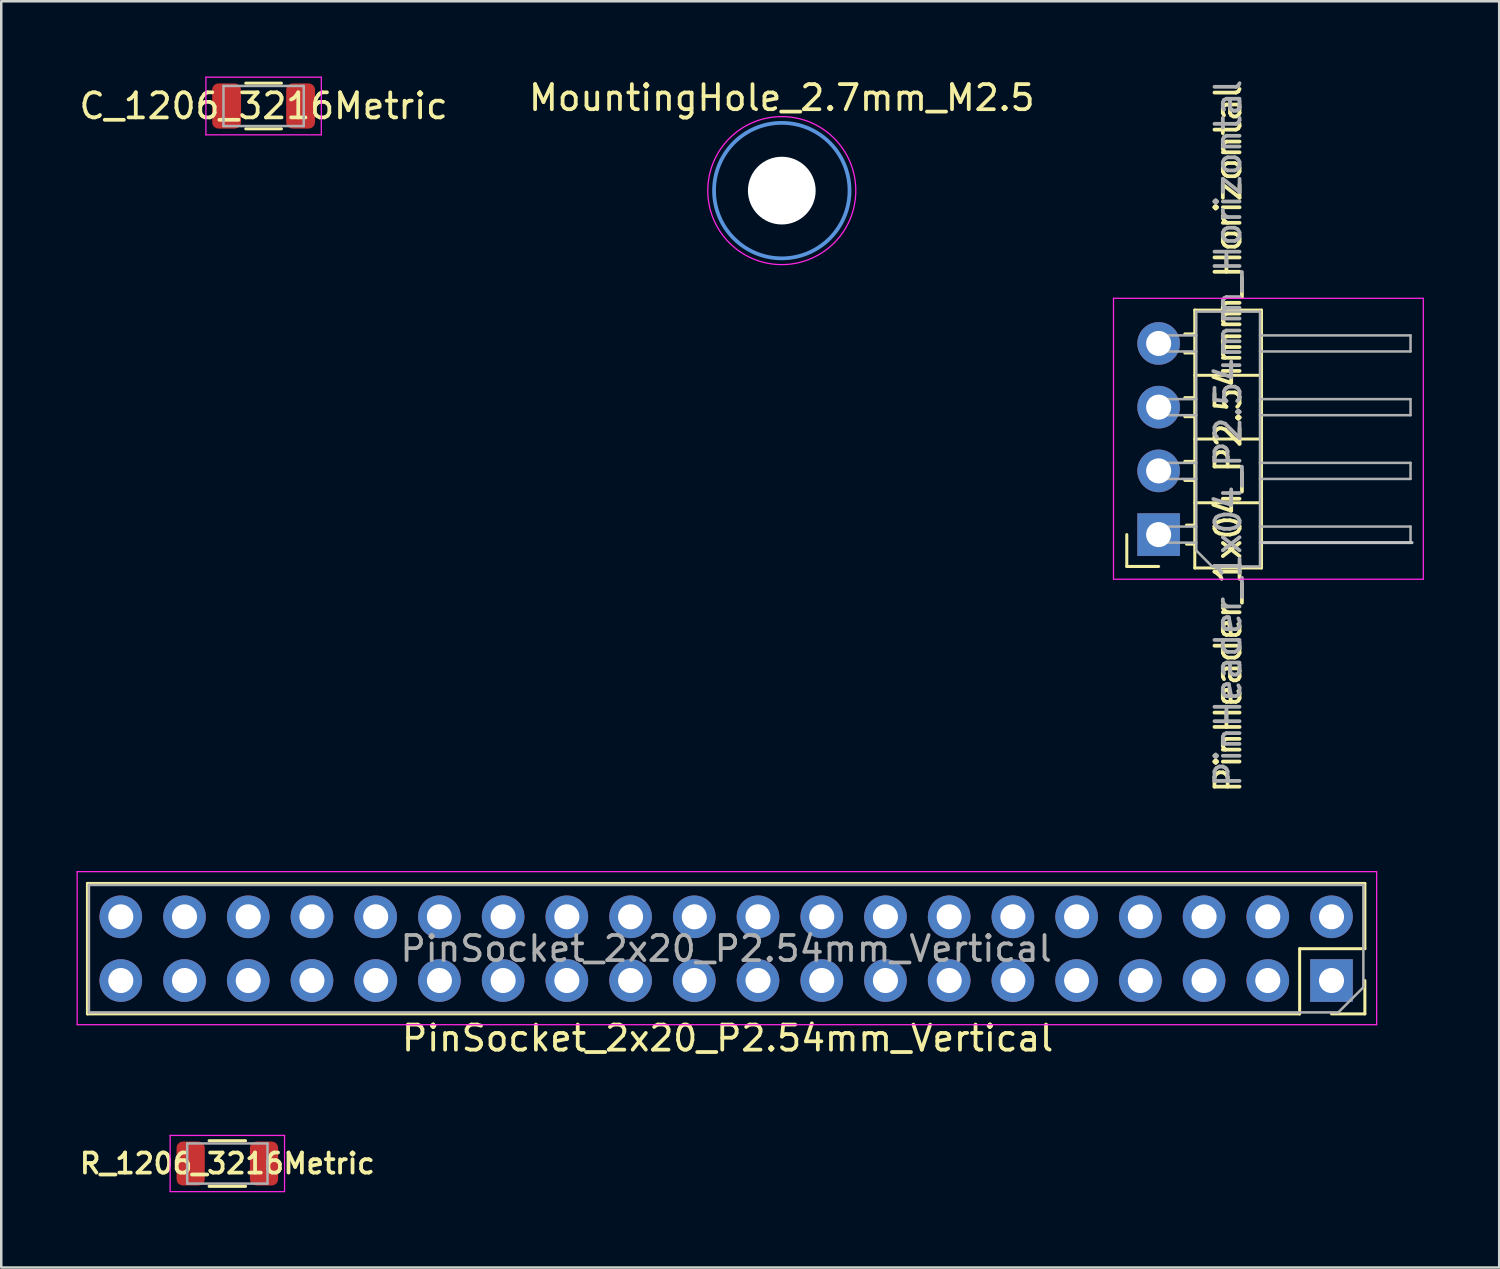
<source format=kicad_pcb>
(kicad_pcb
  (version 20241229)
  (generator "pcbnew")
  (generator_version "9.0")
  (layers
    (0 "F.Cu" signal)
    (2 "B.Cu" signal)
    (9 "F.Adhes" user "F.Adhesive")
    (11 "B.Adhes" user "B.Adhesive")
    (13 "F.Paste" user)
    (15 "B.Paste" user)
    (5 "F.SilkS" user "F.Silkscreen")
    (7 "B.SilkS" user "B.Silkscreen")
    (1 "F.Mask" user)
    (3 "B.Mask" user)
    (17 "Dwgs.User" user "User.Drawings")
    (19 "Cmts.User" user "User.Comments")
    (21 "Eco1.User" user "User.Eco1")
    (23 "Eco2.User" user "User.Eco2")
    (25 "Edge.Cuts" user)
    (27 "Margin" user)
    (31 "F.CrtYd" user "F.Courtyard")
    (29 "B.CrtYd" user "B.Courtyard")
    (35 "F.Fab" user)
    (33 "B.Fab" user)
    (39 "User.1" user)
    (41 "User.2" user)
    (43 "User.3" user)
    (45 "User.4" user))
  (footprint "R_1206_3216Metric"
    (layer "F.Cu")
    (at 6.012 43.329)
    (property "Reference" "R_1206_3216Metric" (at 0 0 0) (layer "F.SilkS") (effects (font (size 0.8 0.8) (thickness 0.15))))
    (attr smd)
    (fp_line (start -0.727 -0.91) (end 0.727 -0.91) (stroke (width 0.12) (type solid)) (layer "F.SilkS"))
    (fp_line (start -0.727 0.91) (end 0.727 0.91) (stroke (width 0.12) (type solid)) (layer "F.SilkS"))
    (fp_line (start -2.28 -1.12) (end 2.28 -1.12) (stroke (width 0.05) (type solid)) (layer "F.CrtYd"))
    (fp_line (start -2.28 1.12) (end -2.28 -1.12) (stroke (width 0.05) (type solid)) (layer "F.CrtYd"))
    (fp_line (start 2.28 -1.12) (end 2.28 1.12) (stroke (width 0.05) (type solid)) (layer "F.CrtYd"))
    (fp_line (start 2.28 1.12) (end -2.28 1.12) (stroke (width 0.05) (type solid)) (layer "F.CrtYd"))
    (fp_line (start -1.6 -0.8) (end 1.6 -0.8) (stroke (width 0.1) (type solid)) (layer "F.Fab"))
    (fp_line (start -1.6 0.8) (end -1.6 -0.8) (stroke (width 0.1) (type solid)) (layer "F.Fab"))
    (fp_line (start 1.6 -0.8) (end 1.6 0.8) (stroke (width 0.1) (type solid)) (layer "F.Fab"))
    (fp_line (start 1.6 0.8) (end -1.6 0.8) (stroke (width 0.1) (type solid)) (layer "F.Fab"))
    (pad "1" smd roundrect (at -1.462 0) (size 1.125 1.75) (layers "F.Cu" "F.Mask" "F.Paste") (roundrect_rratio 0.222))
    (pad "2" smd roundrect (at 1.462 0) (size 1.125 1.75) (layers "F.Cu" "F.Mask" "F.Paste") (roundrect_rratio 0.222)))
  (footprint "C_1206_3216Metric"
    (layer "F.Cu")
    (at 7.458 1.175)
    (property "Reference" "C_1206_3216Metric" (at 0 0 180) (layer "F.SilkS") (effects (font (size 1 1) (thickness 0.15))))
    (attr smd)
    (fp_line (start -0.711 -0.91) (end 0.711 -0.91) (stroke (width 0.12) (type solid)) (layer "F.SilkS"))
    (fp_line (start -0.711 0.91) (end 0.711 0.91) (stroke (width 0.12) (type solid)) (layer "F.SilkS"))
    (fp_line (start -2.3 -1.15) (end 2.3 -1.15) (stroke (width 0.05) (type solid)) (layer "F.CrtYd"))
    (fp_line (start -2.3 1.15) (end -2.3 -1.15) (stroke (width 0.05) (type solid)) (layer "F.CrtYd"))
    (fp_line (start 2.3 -1.15) (end 2.3 1.15) (stroke (width 0.05) (type solid)) (layer "F.CrtYd"))
    (fp_line (start 2.3 1.15) (end -2.3 1.15) (stroke (width 0.05) (type solid)) (layer "F.CrtYd"))
    (fp_line (start -1.6 -0.8) (end 1.6 -0.8) (stroke (width 0.1) (type solid)) (layer "F.Fab"))
    (fp_line (start -1.6 0.8) (end -1.6 -0.8) (stroke (width 0.1) (type solid)) (layer "F.Fab"))
    (fp_line (start 1.6 -0.8) (end 1.6 0.8) (stroke (width 0.1) (type solid)) (layer "F.Fab"))
    (fp_line (start 1.6 0.8) (end -1.6 0.8) (stroke (width 0.1) (type solid)) (layer "F.Fab"))
    (pad "1" smd roundrect (at -1.475 0) (size 1.15 1.8) (layers "F.Cu" "F.Mask" "F.Paste") (roundrect_rratio 0.217))
    (pad "2" smd roundrect (at 1.475 0) (size 1.15 1.8) (layers "F.Cu" "F.Mask" "F.Paste") (roundrect_rratio 0.217)))
  (footprint "PinSocket_2x20_P2.54mm_Vertical"
    (layer "F.Cu")
    (at 25.955 34.725)
    (property "Reference" "PinSocket_2x20_P2.54mm_Vertical" (at 0 3.61 0) (layer "F.SilkS") (effects (font (size 1 1) (thickness 0.15))))
    (attr through_hole)
    (fp_line (start -25.52 -2.56) (end -25.52 2.64) (stroke (width 0.12) (type solid)) (layer "F.SilkS"))
    (fp_line (start 22.8 0.04) (end 22.8 2.64) (stroke (width 0.12) (type solid)) (layer "F.SilkS"))
    (fp_line (start 22.8 2.64) (end -25.52 2.64) (stroke (width 0.12) (type solid)) (layer "F.SilkS"))
    (fp_line (start 25.4 -2.56) (end -25.52 -2.56) (stroke (width 0.12) (type solid)) (layer "F.SilkS"))
    (fp_line (start 25.4 -2.56) (end 25.4 0.04) (stroke (width 0.12) (type solid)) (layer "F.SilkS"))
    (fp_line (start 25.4 0.04) (end 22.8 0.04) (stroke (width 0.12) (type solid)) (layer "F.SilkS"))
    (fp_line (start 25.4 1.31) (end 25.4 2.64) (stroke (width 0.12) (type solid)) (layer "F.SilkS"))
    (fp_line (start 25.4 2.64) (end 24.07 2.64) (stroke (width 0.12) (type solid)) (layer "F.SilkS"))
    (fp_line (start -25.93 -3.03) (end 25.87 -3.03) (stroke (width 0.05) (type solid)) (layer "F.CrtYd"))
    (fp_line (start -25.93 3.07) (end -25.93 -3.03) (stroke (width 0.05) (type solid)) (layer "F.CrtYd"))
    (fp_line (start 25.87 -3.03) (end 25.87 3.07) (stroke (width 0.05) (type solid)) (layer "F.CrtYd"))
    (fp_line (start 25.87 3.07) (end -25.93 3.07) (stroke (width 0.05) (type solid)) (layer "F.CrtYd"))
    (fp_line (start -25.46 -2.5) (end 25.34 -2.5) (stroke (width 0.1) (type solid)) (layer "F.Fab"))
    (fp_line (start -25.46 2.58) (end -25.46 -2.5) (stroke (width 0.1) (type solid)) (layer "F.Fab"))
    (fp_line (start 24.34 2.58) (end -25.46 2.58) (stroke (width 0.1) (type solid)) (layer "F.Fab"))
    (fp_line (start 25.34 -2.5) (end 25.34 1.58) (stroke (width 0.1) (type solid)) (layer "F.Fab"))
    (fp_line (start 25.34 1.58) (end 24.34 2.58) (stroke (width 0.1) (type solid)) (layer "F.Fab"))
    (fp_text user "${REFERENCE}" (at -0.06 0.04 0) (layer "F.Fab") (effects (font (size 1 1) (thickness 0.15))))
    (pad "1" thru_hole rect (at 24.07 1.31 90) (size 1.7 1.7) (drill 1) (layers "*.Cu" "*.Mask"))
    (pad "2" thru_hole oval (at 24.07 -1.23 90) (size 1.7 1.7) (drill 1) (layers "*.Cu" "*.Mask"))
    (pad "3" thru_hole oval (at 21.53 1.31 90) (size 1.7 1.7) (drill 1) (layers "*.Cu" "*.Mask"))
    (pad "4" thru_hole oval (at 21.53 -1.23 90) (size 1.7 1.7) (drill 1) (layers "*.Cu" "*.Mask"))
    (pad "5" thru_hole oval (at 18.99 1.31 90) (size 1.7 1.7) (drill 1) (layers "*.Cu" "*.Mask"))
    (pad "6" thru_hole oval (at 18.99 -1.23 90) (size 1.7 1.7) (drill 1) (layers "*.Cu" "*.Mask"))
    (pad "7" thru_hole oval (at 16.45 1.31 90) (size 1.7 1.7) (drill 1) (layers "*.Cu" "*.Mask"))
    (pad "8" thru_hole oval (at 16.45 -1.23 90) (size 1.7 1.7) (drill 1) (layers "*.Cu" "*.Mask"))
    (pad "9" thru_hole oval (at 13.91 1.31 90) (size 1.7 1.7) (drill 1) (layers "*.Cu" "*.Mask"))
    (pad "10" thru_hole oval (at 13.91 -1.23 90) (size 1.7 1.7) (drill 1) (layers "*.Cu" "*.Mask"))
    (pad "11" thru_hole oval (at 11.37 1.31 90) (size 1.7 1.7) (drill 1) (layers "*.Cu" "*.Mask"))
    (pad "12" thru_hole oval (at 11.37 -1.23 90) (size 1.7 1.7) (drill 1) (layers "*.Cu" "*.Mask"))
    (pad "13" thru_hole oval (at 8.83 1.31 90) (size 1.7 1.7) (drill 1) (layers "*.Cu" "*.Mask"))
    (pad "14" thru_hole oval (at 8.83 -1.23 90) (size 1.7 1.7) (drill 1) (layers "*.Cu" "*.Mask"))
    (pad "15" thru_hole oval (at 6.29 1.31 90) (size 1.7 1.7) (drill 1) (layers "*.Cu" "*.Mask"))
    (pad "16" thru_hole oval (at 6.29 -1.23 90) (size 1.7 1.7) (drill 1) (layers "*.Cu" "*.Mask"))
    (pad "17" thru_hole oval (at 3.75 1.31 90) (size 1.7 1.7) (drill 1) (layers "*.Cu" "*.Mask"))
    (pad "18" thru_hole oval (at 3.75 -1.23 90) (size 1.7 1.7) (drill 1) (layers "*.Cu" "*.Mask"))
    (pad "19" thru_hole oval (at 1.21 1.31 90) (size 1.7 1.7) (drill 1) (layers "*.Cu" "*.Mask"))
    (pad "20" thru_hole oval (at 1.21 -1.23 90) (size 1.7 1.7) (drill 1) (layers "*.Cu" "*.Mask"))
    (pad "21" thru_hole oval (at -1.33 1.31 90) (size 1.7 1.7) (drill 1) (layers "*.Cu" "*.Mask"))
    (pad "22" thru_hole oval (at -1.33 -1.23 90) (size 1.7 1.7) (drill 1) (layers "*.Cu" "*.Mask"))
    (pad "23" thru_hole oval (at -3.87 1.31 90) (size 1.7 1.7) (drill 1) (layers "*.Cu" "*.Mask"))
    (pad "24" thru_hole oval (at -3.87 -1.23 90) (size 1.7 1.7) (drill 1) (layers "*.Cu" "*.Mask"))
    (pad "25" thru_hole oval (at -6.41 1.31 90) (size 1.7 1.7) (drill 1) (layers "*.Cu" "*.Mask"))
    (pad "26" thru_hole oval (at -6.41 -1.23 90) (size 1.7 1.7) (drill 1) (layers "*.Cu" "*.Mask"))
    (pad "27" thru_hole oval (at -8.95 1.31 90) (size 1.7 1.7) (drill 1) (layers "*.Cu" "*.Mask"))
    (pad "28" thru_hole oval (at -8.95 -1.23 90) (size 1.7 1.7) (drill 1) (layers "*.Cu" "*.Mask"))
    (pad "29" thru_hole oval (at -11.49 1.31 90) (size 1.7 1.7) (drill 1) (layers "*.Cu" "*.Mask"))
    (pad "30" thru_hole oval (at -11.49 -1.23 90) (size 1.7 1.7) (drill 1) (layers "*.Cu" "*.Mask"))
    (pad "31" thru_hole oval (at -14.03 1.31 90) (size 1.7 1.7) (drill 1) (layers "*.Cu" "*.Mask"))
    (pad "32" thru_hole oval (at -14.03 -1.23 90) (size 1.7 1.7) (drill 1) (layers "*.Cu" "*.Mask"))
    (pad "33" thru_hole oval (at -16.57 1.31 90) (size 1.7 1.7) (drill 1) (layers "*.Cu" "*.Mask"))
    (pad "34" thru_hole oval (at -16.57 -1.23 90) (size 1.7 1.7) (drill 1) (layers "*.Cu" "*.Mask"))
    (pad "35" thru_hole oval (at -19.11 1.31 90) (size 1.7 1.7) (drill 1) (layers "*.Cu" "*.Mask"))
    (pad "36" thru_hole oval (at -19.11 -1.23 90) (size 1.7 1.7) (drill 1) (layers "*.Cu" "*.Mask"))
    (pad "37" thru_hole oval (at -21.65 1.31 90) (size 1.7 1.7) (drill 1) (layers "*.Cu" "*.Mask"))
    (pad "38" thru_hole oval (at -21.65 -1.23 90) (size 1.7 1.7) (drill 1) (layers "*.Cu" "*.Mask"))
    (pad "39" thru_hole oval (at -24.19 1.31 90) (size 1.7 1.7) (drill 1) (layers "*.Cu" "*.Mask"))
    (pad "40" thru_hole oval (at -24.19 -1.23 90) (size 1.7 1.7) (drill 1) (layers "*.Cu" "*.Mask")))
  (footprint "MountingHole_2.7mm_M2.5"
    (layer "F.Cu")
    (at 28.113 4.548)
    (property "Reference" "MountingHole_2.7mm_M2.5" (at 0 -3.7 0) (layer "F.SilkS") (effects (font (size 1 1) (thickness 0.15))))
    (attr exclude_from_pos_files)
    (fp_circle (center 0 0) (end 2.7 0) (stroke (width 0.15) (type solid)) (fill no) (layer "Cmts.User"))
    (fp_circle (center 0 0) (end 2.95 0) (stroke (width 0.05) (type solid)) (fill no) (layer "F.CrtYd"))
    (pad "" np_thru_hole circle (at 0 0) (size 2.7 2.7) (drill 2.7) (layers "*.Cu" "*.Mask")))
  (footprint "PinHeader_1x04_P2.54mm_Horizontal"
    (layer "F.Cu")
    (at 43.135 10.64)
    (property "Reference" "PinHeader_1x04_P2.54mm_Horizontal" (at 2.77 3.81 90) (layer "F.SilkS") (effects (font (size 1 1) (thickness 0.15))))
    (attr through_hole)
    (fp_line (start -1.27 7.62) (end -1.27 8.89) (stroke (width 0.12) (type solid)) (layer "F.SilkS"))
    (fp_line (start -1.27 8.89) (end 0 8.89) (stroke (width 0.12) (type solid)) (layer "F.SilkS"))
    (fp_line (start 1.043 -0.38) (end 1.44 -0.38) (stroke (width 0.12) (type solid)) (layer "F.SilkS"))
    (fp_line (start 1.043 0.38) (end 1.44 0.38) (stroke (width 0.12) (type solid)) (layer "F.SilkS"))
    (fp_line (start 1.043 2.16) (end 1.44 2.16) (stroke (width 0.12) (type solid)) (layer "F.SilkS"))
    (fp_line (start 1.043 2.92) (end 1.44 2.92) (stroke (width 0.12) (type solid)) (layer "F.SilkS"))
    (fp_line (start 1.043 4.7) (end 1.44 4.7) (stroke (width 0.12) (type solid)) (layer "F.SilkS"))
    (fp_line (start 1.043 5.46) (end 1.44 5.46) (stroke (width 0.12) (type solid)) (layer "F.SilkS"))
    (fp_line (start 1.11 7.24) (end 1.44 7.24) (stroke (width 0.12) (type solid)) (layer "F.SilkS"))
    (fp_line (start 1.11 8) (end 1.44 8) (stroke (width 0.12) (type solid)) (layer "F.SilkS"))
    (fp_line (start 1.44 -1.33) (end 4.1 -1.33) (stroke (width 0.12) (type solid)) (layer "F.SilkS"))
    (fp_line (start 1.44 1.27) (end 4.1 1.27) (stroke (width 0.12) (type solid)) (layer "F.SilkS"))
    (fp_line (start 1.44 3.81) (end 4.1 3.81) (stroke (width 0.12) (type solid)) (layer "F.SilkS"))
    (fp_line (start 1.44 6.35) (end 4.1 6.35) (stroke (width 0.12) (type solid)) (layer "F.SilkS"))
    (fp_line (start 1.44 8.95) (end 1.44 -1.33) (stroke (width 0.12) (type solid)) (layer "F.SilkS"))
    (fp_line (start 4.1 -1.33) (end 4.1 8.95) (stroke (width 0.12) (type solid)) (layer "F.SilkS"))
    (fp_line (start 4.1 8.95) (end 1.44 8.95) (stroke (width 0.12) (type solid)) (layer "F.SilkS"))
    (fp_line (start 4.1 7.94) (end 10.1 7.94) (stroke (width 0.12) (type solid)) (layer "Dwgs.User"))
    (fp_line (start -1.8 -1.8) (end -1.8 9.4) (stroke (width 0.05) (type solid)) (layer "F.CrtYd"))
    (fp_line (start -1.8 9.4) (end 10.55 9.4) (stroke (width 0.05) (type solid)) (layer "F.CrtYd"))
    (fp_line (start 10.55 -1.8) (end -1.8 -1.8) (stroke (width 0.05) (type solid)) (layer "F.CrtYd"))
    (fp_line (start 10.55 9.4) (end 10.55 -1.8) (stroke (width 0.05) (type solid)) (layer "F.CrtYd"))
    (fp_line (start -0.32 -0.32) (end 1.5 -0.32) (stroke (width 0.1) (type solid)) (layer "F.Fab"))
    (fp_line (start -0.32 0.32) (end -0.32 -0.32) (stroke (width 0.1) (type solid)) (layer "F.Fab"))
    (fp_line (start -0.32 0.32) (end 1.5 0.32) (stroke (width 0.1) (type solid)) (layer "F.Fab"))
    (fp_line (start -0.32 2.22) (end 1.5 2.22) (stroke (width 0.1) (type solid)) (layer "F.Fab"))
    (fp_line (start -0.32 2.86) (end -0.32 2.22) (stroke (width 0.1) (type solid)) (layer "F.Fab"))
    (fp_line (start -0.32 2.86) (end 1.5 2.86) (stroke (width 0.1) (type solid)) (layer "F.Fab"))
    (fp_line (start -0.32 4.76) (end 1.5 4.76) (stroke (width 0.1) (type solid)) (layer "F.Fab"))
    (fp_line (start -0.32 5.4) (end -0.32 4.76) (stroke (width 0.1) (type solid)) (layer "F.Fab"))
    (fp_line (start -0.32 5.4) (end 1.5 5.4) (stroke (width 0.1) (type solid)) (layer "F.Fab"))
    (fp_line (start -0.32 7.3) (end 1.5 7.3) (stroke (width 0.1) (type solid)) (layer "F.Fab"))
    (fp_line (start -0.32 7.94) (end -0.32 7.3) (stroke (width 0.1) (type solid)) (layer "F.Fab"))
    (fp_line (start -0.32 7.94) (end 1.5 7.94) (stroke (width 0.1) (type solid)) (layer "F.Fab"))
    (fp_line (start 1.5 -1.27) (end 1.5 8.255) (stroke (width 0.1) (type solid)) (layer "F.Fab"))
    (fp_line (start 1.5 8.255) (end 2.135 8.89) (stroke (width 0.1) (type solid)) (layer "F.Fab"))
    (fp_line (start 2.135 8.89) (end 4.04 8.89) (stroke (width 0.1) (type solid)) (layer "F.Fab"))
    (fp_line (start 4.04 -1.27) (end 1.5 -1.27) (stroke (width 0.1) (type solid)) (layer "F.Fab"))
    (fp_line (start 4.04 -0.32) (end 10.04 -0.32) (stroke (width 0.1) (type solid)) (layer "F.Fab"))
    (fp_line (start 4.04 0.32) (end 10.04 0.32) (stroke (width 0.1) (type solid)) (layer "F.Fab"))
    (fp_line (start 4.04 2.22) (end 10.04 2.22) (stroke (width 0.1) (type solid)) (layer "F.Fab"))
    (fp_line (start 4.04 2.86) (end 10.04 2.86) (stroke (width 0.1) (type solid)) (layer "F.Fab"))
    (fp_line (start 4.04 4.76) (end 10.04 4.76) (stroke (width 0.1) (type solid)) (layer "F.Fab"))
    (fp_line (start 4.04 5.4) (end 10.04 5.4) (stroke (width 0.1) (type solid)) (layer "F.Fab"))
    (fp_line (start 4.04 7.3) (end 10.04 7.3) (stroke (width 0.1) (type solid)) (layer "F.Fab"))
    (fp_line (start 4.04 7.94) (end 10.04 7.94) (stroke (width 0.1) (type solid)) (layer "F.Fab"))
    (fp_line (start 4.04 8.89) (end 4.04 -1.27) (stroke (width 0.1) (type solid)) (layer "F.Fab"))
    (fp_line (start 10.04 0.32) (end 10.04 -0.32) (stroke (width 0.1) (type solid)) (layer "F.Fab"))
    (fp_line (start 10.04 2.86) (end 10.04 2.22) (stroke (width 0.1) (type solid)) (layer "F.Fab"))
    (fp_line (start 10.04 5.4) (end 10.04 4.76) (stroke (width 0.1) (type solid)) (layer "F.Fab"))
    (fp_line (start 10.04 7.94) (end 10.04 7.3) (stroke (width 0.1) (type solid)) (layer "F.Fab"))
    (fp_text user "${REFERENCE}" (at 2.77 3.58 90) (layer "F.Fab") (effects (font (size 1 1) (thickness 0.15))))
    (pad "1" thru_hole rect (at 0 7.62) (size 1.7 1.7) (drill 1) (layers "*.Cu" "*.Mask"))
    (pad "2" thru_hole oval (at 0 5.08) (size 1.7 1.7) (drill 1) (layers "*.Cu" "*.Mask"))
    (pad "3" thru_hole oval (at 0 2.54) (size 1.7 1.7) (drill 1) (layers "*.Cu" "*.Mask"))
    (pad "4" thru_hole oval (at 0 0) (size 1.7 1.7) (drill 1) (layers "*.Cu" "*.Mask")))
  (gr_rect
    (start -3 -3)
    (end 56.71 47.474)
    (stroke (width 0.1) (type default))
    (fill no)
    (layer "Edge.Cuts")))
</source>
